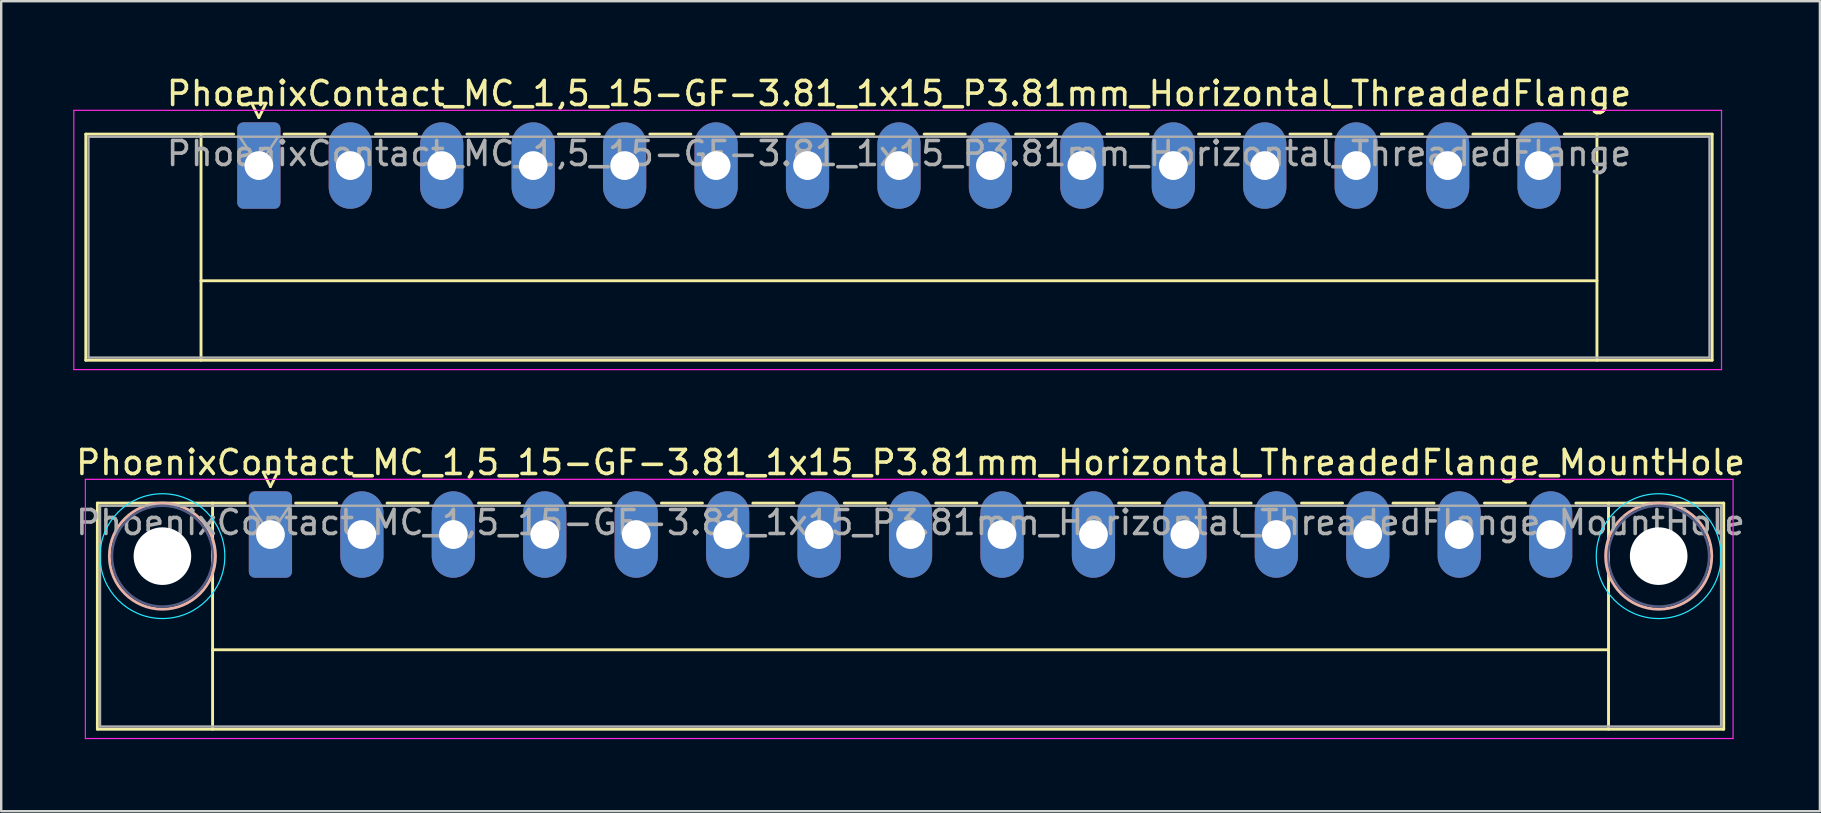
<source format=kicad_pcb>
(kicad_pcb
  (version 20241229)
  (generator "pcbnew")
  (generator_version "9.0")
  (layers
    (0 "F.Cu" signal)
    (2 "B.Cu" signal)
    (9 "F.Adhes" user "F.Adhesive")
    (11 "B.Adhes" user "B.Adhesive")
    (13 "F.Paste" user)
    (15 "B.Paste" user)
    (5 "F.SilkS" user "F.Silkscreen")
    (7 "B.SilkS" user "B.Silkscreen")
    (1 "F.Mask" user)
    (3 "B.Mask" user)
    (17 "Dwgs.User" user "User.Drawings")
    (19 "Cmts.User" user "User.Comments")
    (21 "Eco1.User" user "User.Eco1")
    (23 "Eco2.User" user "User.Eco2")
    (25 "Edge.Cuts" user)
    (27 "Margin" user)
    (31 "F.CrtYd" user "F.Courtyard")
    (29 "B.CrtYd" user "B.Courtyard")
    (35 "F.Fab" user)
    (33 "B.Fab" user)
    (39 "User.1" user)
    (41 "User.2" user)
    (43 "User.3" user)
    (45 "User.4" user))
  (footprint "PhoenixContact_MC_1,5_15-GF-3.81_1x15_P3.81mm_Horizontal_ThreadedFlange"
    (layer "F.Cu")
    (at 7.735 3.848)
    (property "Reference" "PhoenixContact_MC_1,5_15-GF-3.81_1x15_P3.81mm_Horizontal_ThreadedFlange" (at 26.67 -3 0) (layer "F.SilkS") (effects (font (size 1 1) (thickness 0.15))))
    (attr through_hole)
    (fp_line (start -7.21 -1.31) (end -7.21 8.11) (stroke (width 0.12) (type solid)) (layer "F.SilkS"))
    (fp_line (start -7.21 -1.31) (end -1.05 -1.31) (stroke (width 0.12) (type solid)) (layer "F.SilkS"))
    (fp_line (start -7.21 8.11) (end 60.55 8.11) (stroke (width 0.12) (type solid)) (layer "F.SilkS"))
    (fp_line (start -2.41 -1.31) (end -2.41 8.11) (stroke (width 0.12) (type solid)) (layer "F.SilkS"))
    (fp_line (start -2.41 4.8) (end 55.75 4.8) (stroke (width 0.12) (type solid)) (layer "F.SilkS"))
    (fp_line (start -0.3 -2.6) (end 0.3 -2.6) (stroke (width 0.12) (type solid)) (layer "F.SilkS"))
    (fp_line (start 0 -2) (end -0.3 -2.6) (stroke (width 0.12) (type solid)) (layer "F.SilkS"))
    (fp_line (start 0.3 -2.6) (end 0 -2) (stroke (width 0.12) (type solid)) (layer "F.SilkS"))
    (fp_line (start 1.05 -1.31) (end 2.76 -1.31) (stroke (width 0.12) (type solid)) (layer "F.SilkS"))
    (fp_line (start 4.86 -1.31) (end 6.57 -1.31) (stroke (width 0.12) (type solid)) (layer "F.SilkS"))
    (fp_line (start 8.67 -1.31) (end 10.38 -1.31) (stroke (width 0.12) (type solid)) (layer "F.SilkS"))
    (fp_line (start 12.48 -1.31) (end 14.19 -1.31) (stroke (width 0.12) (type solid)) (layer "F.SilkS"))
    (fp_line (start 16.29 -1.31) (end 18 -1.31) (stroke (width 0.12) (type solid)) (layer "F.SilkS"))
    (fp_line (start 20.1 -1.31) (end 21.81 -1.31) (stroke (width 0.12) (type solid)) (layer "F.SilkS"))
    (fp_line (start 23.91 -1.31) (end 25.62 -1.31) (stroke (width 0.12) (type solid)) (layer "F.SilkS"))
    (fp_line (start 27.72 -1.31) (end 29.43 -1.31) (stroke (width 0.12) (type solid)) (layer "F.SilkS"))
    (fp_line (start 31.53 -1.31) (end 33.24 -1.31) (stroke (width 0.12) (type solid)) (layer "F.SilkS"))
    (fp_line (start 35.34 -1.31) (end 37.05 -1.31) (stroke (width 0.12) (type solid)) (layer "F.SilkS"))
    (fp_line (start 39.15 -1.31) (end 40.86 -1.31) (stroke (width 0.12) (type solid)) (layer "F.SilkS"))
    (fp_line (start 42.96 -1.31) (end 44.67 -1.31) (stroke (width 0.12) (type solid)) (layer "F.SilkS"))
    (fp_line (start 46.77 -1.31) (end 48.48 -1.31) (stroke (width 0.12) (type solid)) (layer "F.SilkS"))
    (fp_line (start 50.58 -1.31) (end 52.29 -1.31) (stroke (width 0.12) (type solid)) (layer "F.SilkS"))
    (fp_line (start 55.75 -1.31) (end 55.75 8.11) (stroke (width 0.12) (type solid)) (layer "F.SilkS"))
    (fp_line (start 60.55 -1.31) (end 54.39 -1.31) (stroke (width 0.12) (type solid)) (layer "F.SilkS"))
    (fp_line (start 60.55 8.11) (end 60.55 -1.31) (stroke (width 0.12) (type solid)) (layer "F.SilkS"))
    (fp_line (start -7.71 -2.3) (end -7.71 8.5) (stroke (width 0.05) (type solid)) (layer "F.CrtYd"))
    (fp_line (start -7.71 8.5) (end 60.94 8.5) (stroke (width 0.05) (type solid)) (layer "F.CrtYd"))
    (fp_line (start 60.94 -2.3) (end -7.71 -2.3) (stroke (width 0.05) (type solid)) (layer "F.CrtYd"))
    (fp_line (start 60.94 8.5) (end 60.94 -2.3) (stroke (width 0.05) (type solid)) (layer "F.CrtYd"))
    (fp_line (start -7.1 -1.2) (end -7.1 8) (stroke (width 0.1) (type solid)) (layer "F.Fab"))
    (fp_line (start -7.1 8) (end 60.44 8) (stroke (width 0.1) (type solid)) (layer "F.Fab"))
    (fp_line (start 0 0) (end -0.8 -1.2) (stroke (width 0.1) (type solid)) (layer "F.Fab"))
    (fp_line (start 0.8 -1.2) (end 0 0) (stroke (width 0.1) (type solid)) (layer "F.Fab"))
    (fp_line (start 60.44 -1.2) (end -7.1 -1.2) (stroke (width 0.1) (type solid)) (layer "F.Fab"))
    (fp_line (start 60.44 8) (end 60.44 -1.2) (stroke (width 0.1) (type solid)) (layer "F.Fab"))
    (fp_text user "${REFERENCE}" (at 26.67 -0.5 0) (layer "F.Fab") (effects (font (size 1 1) (thickness 0.15))))
    (pad "1" thru_hole roundrect (at 0 0) (size 1.8 3.6) (drill 1.2) (layers "*.Cu" "*.Mask") (roundrect_rratio 0.139))
    (pad "2" thru_hole oval (at 3.81 0) (size 1.8 3.6) (drill 1.2) (layers "*.Cu" "*.Mask"))
    (pad "3" thru_hole oval (at 7.62 0) (size 1.8 3.6) (drill 1.2) (layers "*.Cu" "*.Mask"))
    (pad "4" thru_hole oval (at 11.43 0) (size 1.8 3.6) (drill 1.2) (layers "*.Cu" "*.Mask"))
    (pad "5" thru_hole oval (at 15.24 0) (size 1.8 3.6) (drill 1.2) (layers "*.Cu" "*.Mask"))
    (pad "6" thru_hole oval (at 19.05 0) (size 1.8 3.6) (drill 1.2) (layers "*.Cu" "*.Mask"))
    (pad "7" thru_hole oval (at 22.86 0) (size 1.8 3.6) (drill 1.2) (layers "*.Cu" "*.Mask"))
    (pad "8" thru_hole oval (at 26.67 0) (size 1.8 3.6) (drill 1.2) (layers "*.Cu" "*.Mask"))
    (pad "9" thru_hole oval (at 30.48 0) (size 1.8 3.6) (drill 1.2) (layers "*.Cu" "*.Mask"))
    (pad "10" thru_hole oval (at 34.29 0) (size 1.8 3.6) (drill 1.2) (layers "*.Cu" "*.Mask"))
    (pad "11" thru_hole oval (at 38.1 0) (size 1.8 3.6) (drill 1.2) (layers "*.Cu" "*.Mask"))
    (pad "12" thru_hole oval (at 41.91 0) (size 1.8 3.6) (drill 1.2) (layers "*.Cu" "*.Mask"))
    (pad "13" thru_hole oval (at 45.72 0) (size 1.8 3.6) (drill 1.2) (layers "*.Cu" "*.Mask"))
    (pad "14" thru_hole oval (at 49.53 0) (size 1.8 3.6) (drill 1.2) (layers "*.Cu" "*.Mask"))
    (pad "15" thru_hole oval (at 53.34 0) (size 1.8 3.6) (drill 1.2) (layers "*.Cu" "*.Mask")))
  (footprint "PhoenixContact_MC_1,5_15-GF-3.81_1x15_P3.81mm_Horizontal_ThreadedFlange_MountHole"
    (layer "F.Cu")
    (at 8.217 19.221)
    (property "Reference" "PhoenixContact_MC_1,5_15-GF-3.81_1x15_P3.81mm_Horizontal_ThreadedFlange_MountHole" (at 26.67 -3 0) (layer "F.SilkS") (effects (font (size 1 1) (thickness 0.15))))
    (attr through_hole)
    (fp_line (start -7.21 -1.31) (end -7.21 8.11) (stroke (width 0.12) (type solid)) (layer "F.SilkS"))
    (fp_line (start -7.21 -1.31) (end -1.05 -1.31) (stroke (width 0.12) (type solid)) (layer "F.SilkS"))
    (fp_line (start -7.21 8.11) (end 60.55 8.11) (stroke (width 0.12) (type solid)) (layer "F.SilkS"))
    (fp_line (start -2.41 -1.31) (end -2.41 8.11) (stroke (width 0.12) (type solid)) (layer "F.SilkS"))
    (fp_line (start -2.41 4.8) (end 55.75 4.8) (stroke (width 0.12) (type solid)) (layer "F.SilkS"))
    (fp_line (start -0.3 -2.6) (end 0.3 -2.6) (stroke (width 0.12) (type solid)) (layer "F.SilkS"))
    (fp_line (start 0 -2) (end -0.3 -2.6) (stroke (width 0.12) (type solid)) (layer "F.SilkS"))
    (fp_line (start 0.3 -2.6) (end 0 -2) (stroke (width 0.12) (type solid)) (layer "F.SilkS"))
    (fp_line (start 1.05 -1.31) (end 2.76 -1.31) (stroke (width 0.12) (type solid)) (layer "F.SilkS"))
    (fp_line (start 4.86 -1.31) (end 6.57 -1.31) (stroke (width 0.12) (type solid)) (layer "F.SilkS"))
    (fp_line (start 8.67 -1.31) (end 10.38 -1.31) (stroke (width 0.12) (type solid)) (layer "F.SilkS"))
    (fp_line (start 12.48 -1.31) (end 14.19 -1.31) (stroke (width 0.12) (type solid)) (layer "F.SilkS"))
    (fp_line (start 16.29 -1.31) (end 18 -1.31) (stroke (width 0.12) (type solid)) (layer "F.SilkS"))
    (fp_line (start 20.1 -1.31) (end 21.81 -1.31) (stroke (width 0.12) (type solid)) (layer "F.SilkS"))
    (fp_line (start 23.91 -1.31) (end 25.62 -1.31) (stroke (width 0.12) (type solid)) (layer "F.SilkS"))
    (fp_line (start 27.72 -1.31) (end 29.43 -1.31) (stroke (width 0.12) (type solid)) (layer "F.SilkS"))
    (fp_line (start 31.53 -1.31) (end 33.24 -1.31) (stroke (width 0.12) (type solid)) (layer "F.SilkS"))
    (fp_line (start 35.34 -1.31) (end 37.05 -1.31) (stroke (width 0.12) (type solid)) (layer "F.SilkS"))
    (fp_line (start 39.15 -1.31) (end 40.86 -1.31) (stroke (width 0.12) (type solid)) (layer "F.SilkS"))
    (fp_line (start 42.96 -1.31) (end 44.67 -1.31) (stroke (width 0.12) (type solid)) (layer "F.SilkS"))
    (fp_line (start 46.77 -1.31) (end 48.48 -1.31) (stroke (width 0.12) (type solid)) (layer "F.SilkS"))
    (fp_line (start 50.58 -1.31) (end 52.29 -1.31) (stroke (width 0.12) (type solid)) (layer "F.SilkS"))
    (fp_line (start 55.75 -1.31) (end 55.75 8.11) (stroke (width 0.12) (type solid)) (layer "F.SilkS"))
    (fp_line (start 60.55 -1.31) (end 54.39 -1.31) (stroke (width 0.12) (type solid)) (layer "F.SilkS"))
    (fp_line (start 60.55 8.11) (end 60.55 -1.31) (stroke (width 0.12) (type solid)) (layer "F.SilkS"))
    (fp_circle (center -4.5 0.9) (end -2.29 0.9) (stroke (width 0.12) (type solid)) (fill no) (layer "B.SilkS"))
    (fp_circle (center 57.84 0.9) (end 60.05 0.9) (stroke (width 0.12) (type solid)) (fill no) (layer "B.SilkS"))
    (fp_circle (center -4.5 0.9) (end -1.9 0.9) (stroke (width 0.05) (type solid)) (fill no) (layer "B.CrtYd"))
    (fp_circle (center 57.84 0.9) (end 60.44 0.9) (stroke (width 0.05) (type solid)) (fill no) (layer "B.CrtYd"))
    (fp_line (start -7.71 -2.3) (end -7.71 8.5) (stroke (width 0.05) (type solid)) (layer "F.CrtYd"))
    (fp_line (start -7.71 8.5) (end 60.94 8.5) (stroke (width 0.05) (type solid)) (layer "F.CrtYd"))
    (fp_line (start 60.94 -2.3) (end -7.71 -2.3) (stroke (width 0.05) (type solid)) (layer "F.CrtYd"))
    (fp_line (start 60.94 8.5) (end 60.94 -2.3) (stroke (width 0.05) (type solid)) (layer "F.CrtYd"))
    (fp_circle (center -4.5 0.9) (end -2.4 0.9) (stroke (width 0.1) (type solid)) (fill no) (layer "B.Fab"))
    (fp_circle (center 57.84 0.9) (end 59.94 0.9) (stroke (width 0.1) (type solid)) (fill no) (layer "B.Fab"))
    (fp_line (start -7.1 -1.2) (end -7.1 8) (stroke (width 0.1) (type solid)) (layer "F.Fab"))
    (fp_line (start -7.1 8) (end 60.44 8) (stroke (width 0.1) (type solid)) (layer "F.Fab"))
    (fp_line (start 0 0) (end -0.8 -1.2) (stroke (width 0.1) (type solid)) (layer "F.Fab"))
    (fp_line (start 0.8 -1.2) (end 0 0) (stroke (width 0.1) (type solid)) (layer "F.Fab"))
    (fp_line (start 60.44 -1.2) (end -7.1 -1.2) (stroke (width 0.1) (type solid)) (layer "F.Fab"))
    (fp_line (start 60.44 8) (end 60.44 -1.2) (stroke (width 0.1) (type solid)) (layer "F.Fab"))
    (fp_text user "${REFERENCE}" (at 26.67 -0.5 0) (layer "F.Fab") (effects (font (size 1 1) (thickness 0.15))))
    (pad "" np_thru_hole circle (at -4.5 0.9) (size 2.4 2.4) (drill 2.4) (layers "*.Cu" "*.Mask"))
    (pad "" np_thru_hole circle (at 57.84 0.9) (size 2.4 2.4) (drill 2.4) (layers "*.Cu" "*.Mask"))
    (pad "1" thru_hole roundrect (at 0 0) (size 1.8 3.6) (drill 1.2) (layers "*.Cu" "*.Mask") (roundrect_rratio 0.139))
    (pad "2" thru_hole oval (at 3.81 0) (size 1.8 3.6) (drill 1.2) (layers "*.Cu" "*.Mask"))
    (pad "3" thru_hole oval (at 7.62 0) (size 1.8 3.6) (drill 1.2) (layers "*.Cu" "*.Mask"))
    (pad "4" thru_hole oval (at 11.43 0) (size 1.8 3.6) (drill 1.2) (layers "*.Cu" "*.Mask"))
    (pad "5" thru_hole oval (at 15.24 0) (size 1.8 3.6) (drill 1.2) (layers "*.Cu" "*.Mask"))
    (pad "6" thru_hole oval (at 19.05 0) (size 1.8 3.6) (drill 1.2) (layers "*.Cu" "*.Mask"))
    (pad "7" thru_hole oval (at 22.86 0) (size 1.8 3.6) (drill 1.2) (layers "*.Cu" "*.Mask"))
    (pad "8" thru_hole oval (at 26.67 0) (size 1.8 3.6) (drill 1.2) (layers "*.Cu" "*.Mask"))
    (pad "9" thru_hole oval (at 30.48 0) (size 1.8 3.6) (drill 1.2) (layers "*.Cu" "*.Mask"))
    (pad "10" thru_hole oval (at 34.29 0) (size 1.8 3.6) (drill 1.2) (layers "*.Cu" "*.Mask"))
    (pad "11" thru_hole oval (at 38.1 0) (size 1.8 3.6) (drill 1.2) (layers "*.Cu" "*.Mask"))
    (pad "12" thru_hole oval (at 41.91 0) (size 1.8 3.6) (drill 1.2) (layers "*.Cu" "*.Mask"))
    (pad "13" thru_hole oval (at 45.72 0) (size 1.8 3.6) (drill 1.2) (layers "*.Cu" "*.Mask"))
    (pad "14" thru_hole oval (at 49.53 0) (size 1.8 3.6) (drill 1.2) (layers "*.Cu" "*.Mask"))
    (pad "15" thru_hole oval (at 53.34 0) (size 1.8 3.6) (drill 1.2) (layers "*.Cu" "*.Mask")))
  (gr_rect
    (start -3 -3)
    (end 72.774 30.747)
    (stroke (width 0.1) (type default))
    (fill no)
    (layer "Edge.Cuts")))
</source>
